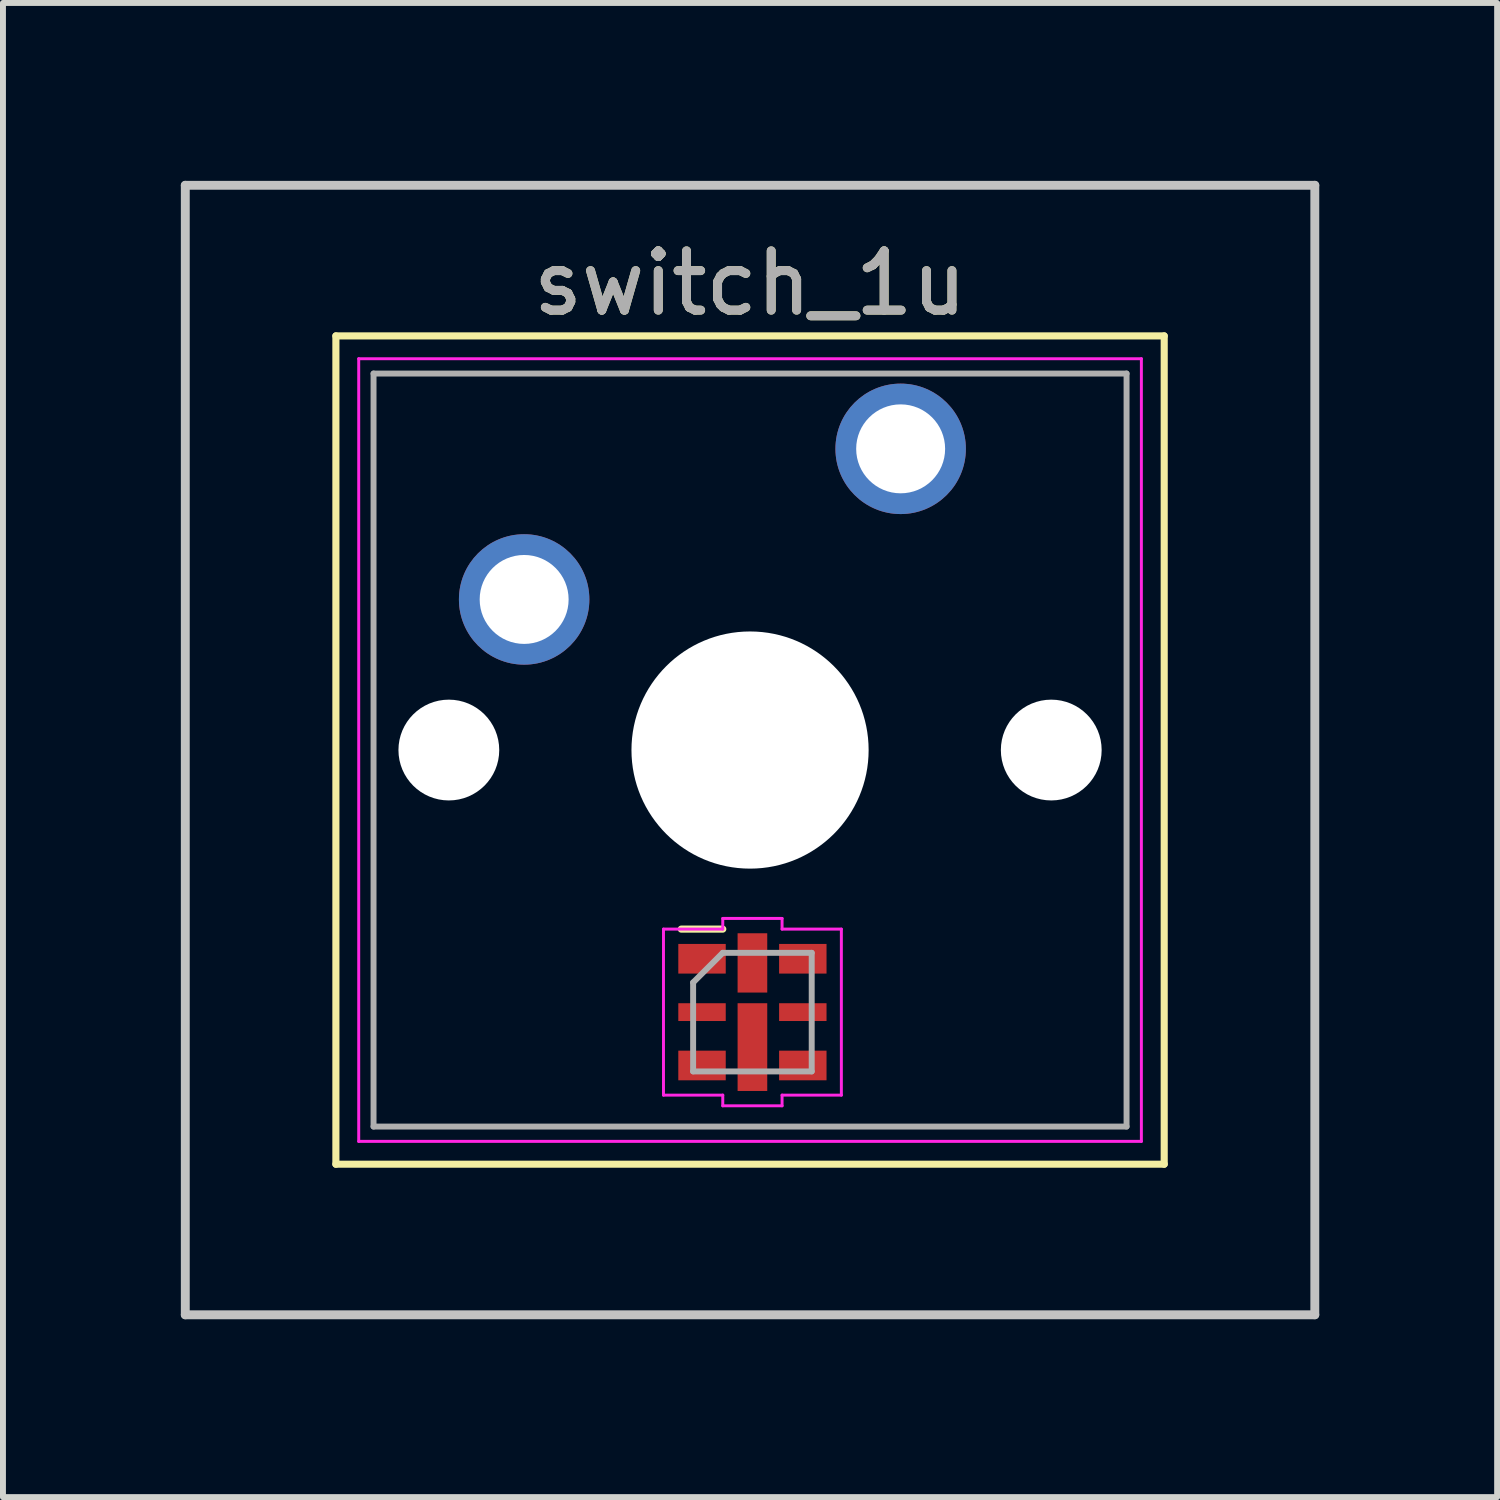
<source format=kicad_pcb>
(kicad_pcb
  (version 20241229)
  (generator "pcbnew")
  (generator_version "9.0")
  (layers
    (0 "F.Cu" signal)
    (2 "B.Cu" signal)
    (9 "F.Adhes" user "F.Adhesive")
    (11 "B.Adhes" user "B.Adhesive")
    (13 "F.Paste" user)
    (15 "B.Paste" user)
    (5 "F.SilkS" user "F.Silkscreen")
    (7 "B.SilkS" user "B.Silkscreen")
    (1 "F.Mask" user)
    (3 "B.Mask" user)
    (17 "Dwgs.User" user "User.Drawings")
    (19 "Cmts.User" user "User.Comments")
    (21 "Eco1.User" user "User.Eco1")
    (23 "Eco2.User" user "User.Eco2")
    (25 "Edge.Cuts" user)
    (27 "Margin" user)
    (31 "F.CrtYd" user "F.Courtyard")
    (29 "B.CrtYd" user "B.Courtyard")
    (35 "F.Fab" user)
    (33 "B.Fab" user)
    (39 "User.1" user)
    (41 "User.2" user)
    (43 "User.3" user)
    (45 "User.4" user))
  (footprint "switch_1u"
    (layer "F.Cu")
    (at 12.14 4.52)
    (property "Reference" "switch_1u" (at -2.54 -2.794 0) (layer "F.SilkS") (effects (font (size 1 1) (thickness 0.15))))
    (attr through_hole)
    (fp_line (start -9.525 -1.905) (end 4.445 -1.905) (stroke (width 0.12) (type solid)) (layer "F.SilkS"))
    (fp_line (start -9.525 12.065) (end -9.525 -1.905) (stroke (width 0.12) (type solid)) (layer "F.SilkS"))
    (fp_line (start -3.7 8.1) (end -3 8.1) (stroke (width 0.12) (type solid)) (layer "F.SilkS"))
    (fp_line (start 4.445 -1.905) (end 4.445 12.065) (stroke (width 0.12) (type solid)) (layer "F.SilkS"))
    (fp_line (start 4.445 12.065) (end -9.525 12.065) (stroke (width 0.12) (type solid)) (layer "F.SilkS"))
    (fp_line (start -12.065 -4.445) (end 6.985 -4.445) (stroke (width 0.15) (type solid)) (layer "Dwgs.User"))
    (fp_line (start -12.065 14.605) (end -12.065 -4.445) (stroke (width 0.15) (type solid)) (layer "Dwgs.User"))
    (fp_line (start 6.985 -4.445) (end 6.985 14.605) (stroke (width 0.15) (type solid)) (layer "Dwgs.User"))
    (fp_line (start 6.985 14.605) (end -12.065 14.605) (stroke (width 0.15) (type solid)) (layer "Dwgs.User"))
    (fp_line (start -9.14 -1.52) (end 4.06 -1.52) (stroke (width 0.05) (type solid)) (layer "F.CrtYd"))
    (fp_line (start -9.14 11.68) (end -9.14 -1.52) (stroke (width 0.05) (type solid)) (layer "F.CrtYd"))
    (fp_line (start -4 8.1) (end -4 10.9) (stroke (width 0.05) (type solid)) (layer "F.CrtYd"))
    (fp_line (start -4 8.1) (end -3 8.1) (stroke (width 0.05) (type solid)) (layer "F.CrtYd"))
    (fp_line (start -3 7.92) (end -2 7.92) (stroke (width 0.05) (type solid)) (layer "F.CrtYd"))
    (fp_line (start -3 8.1) (end -3 7.92) (stroke (width 0.05) (type solid)) (layer "F.CrtYd"))
    (fp_line (start -3 10.9) (end -4 10.9) (stroke (width 0.05) (type solid)) (layer "F.CrtYd"))
    (fp_line (start -3 10.9) (end -3 11.08) (stroke (width 0.05) (type solid)) (layer "F.CrtYd"))
    (fp_line (start -3 11.08) (end -2 11.08) (stroke (width 0.05) (type solid)) (layer "F.CrtYd"))
    (fp_line (start -2 7.92) (end -2 8.1) (stroke (width 0.05) (type solid)) (layer "F.CrtYd"))
    (fp_line (start -2 8.1) (end -1 8.1) (stroke (width 0.05) (type solid)) (layer "F.CrtYd"))
    (fp_line (start -2 11.08) (end -2 10.9) (stroke (width 0.05) (type solid)) (layer "F.CrtYd"))
    (fp_line (start -1 8.1) (end -1 10.9) (stroke (width 0.05) (type solid)) (layer "F.CrtYd"))
    (fp_line (start -1 10.9) (end -2 10.9) (stroke (width 0.05) (type solid)) (layer "F.CrtYd"))
    (fp_line (start 4.06 -1.52) (end 4.06 11.68) (stroke (width 0.05) (type solid)) (layer "F.CrtYd"))
    (fp_line (start 4.06 11.68) (end -9.14 11.68) (stroke (width 0.05) (type solid)) (layer "F.CrtYd"))
    (fp_line (start -8.89 -1.27) (end 3.81 -1.27) (stroke (width 0.1) (type solid)) (layer "F.Fab"))
    (fp_line (start -8.89 11.43) (end -8.89 -1.27) (stroke (width 0.1) (type solid)) (layer "F.Fab"))
    (fp_line (start -3.5 10.5) (end -3.5 9) (stroke (width 0.1) (type solid)) (layer "F.Fab"))
    (fp_line (start -3 8.5) (end -3.5 9) (stroke (width 0.1) (type solid)) (layer "F.Fab"))
    (fp_line (start -3 8.5) (end -1.5 8.5) (stroke (width 0.1) (type solid)) (layer "F.Fab"))
    (fp_line (start -1.5 8.5) (end -1.5 10.5) (stroke (width 0.1) (type solid)) (layer "F.Fab"))
    (fp_line (start -1.5 10.5) (end -3.5 10.5) (stroke (width 0.1) (type solid)) (layer "F.Fab"))
    (fp_line (start 3.81 -1.27) (end 3.81 11.43) (stroke (width 0.1) (type solid)) (layer "F.Fab"))
    (fp_line (start 3.81 11.43) (end -8.89 11.43) (stroke (width 0.1) (type solid)) (layer "F.Fab"))
    (fp_text user "${REFERENCE}" (at -2.54 -2.794 0) (layer "F.Fab") (effects (font (size 1 1) (thickness 0.15))))
    (pad "" np_thru_hole circle (at -7.62 5.08) (size 1.7 1.7) (drill 1.7) (layers "*.Cu" "*.Mask"))
    (pad "" np_thru_hole circle (at -2.54 5.08) (size 4 4) (drill 4) (layers "*.Cu" "*.Mask"))
    (pad "" np_thru_hole circle (at 2.54 5.08) (size 1.7 1.7) (drill 1.7) (layers "*.Cu" "*.Mask"))
    (pad "1" thru_hole circle (at 0 0) (size 2.2 2.2) (drill 1.5) (layers "*.Cu" "*.Mask"))
    (pad "2" thru_hole circle (at -6.35 2.54) (size 2.2 2.2) (drill 1.5) (layers "*.Cu" "*.Mask"))
    (pad "3" smd rect (at -3.35 8.6) (size 0.8 0.5) (layers "F.Cu" "F.Mask" "F.Paste"))
    (pad "3" smd rect (at -2.5 10.09 90) (size 1.48 0.5) (layers "F.Cu" "F.Mask" "F.Paste"))
    (pad "4" smd rect (at -2.5 8.67 90) (size 1 0.5) (layers "F.Cu" "F.Mask" "F.Paste"))
    (pad "4" smd rect (at -1.65 8.6) (size 0.8 0.5) (layers "F.Cu" "F.Mask" "F.Paste"))
    (pad "5" smd rect (at -3.35 9.5) (size 0.8 0.3) (layers "F.Cu" "F.Mask" "F.Paste"))
    (pad "6" smd rect (at -1.65 9.5) (size 0.8 0.3) (layers "F.Cu" "F.Mask" "F.Paste"))
    (pad "7" smd rect (at -3.35 10.4) (size 0.8 0.5) (layers "F.Cu" "F.Mask" "F.Paste"))
    (pad "8" smd rect (at -1.65 10.4) (size 0.8 0.5) (layers "F.Cu" "F.Mask" "F.Paste")))
  (gr_rect
    (start -3 -3)
    (end 22.2 22.2)
    (stroke (width 0.1) (type default))
    (fill no)
    (layer "Edge.Cuts")))
</source>
